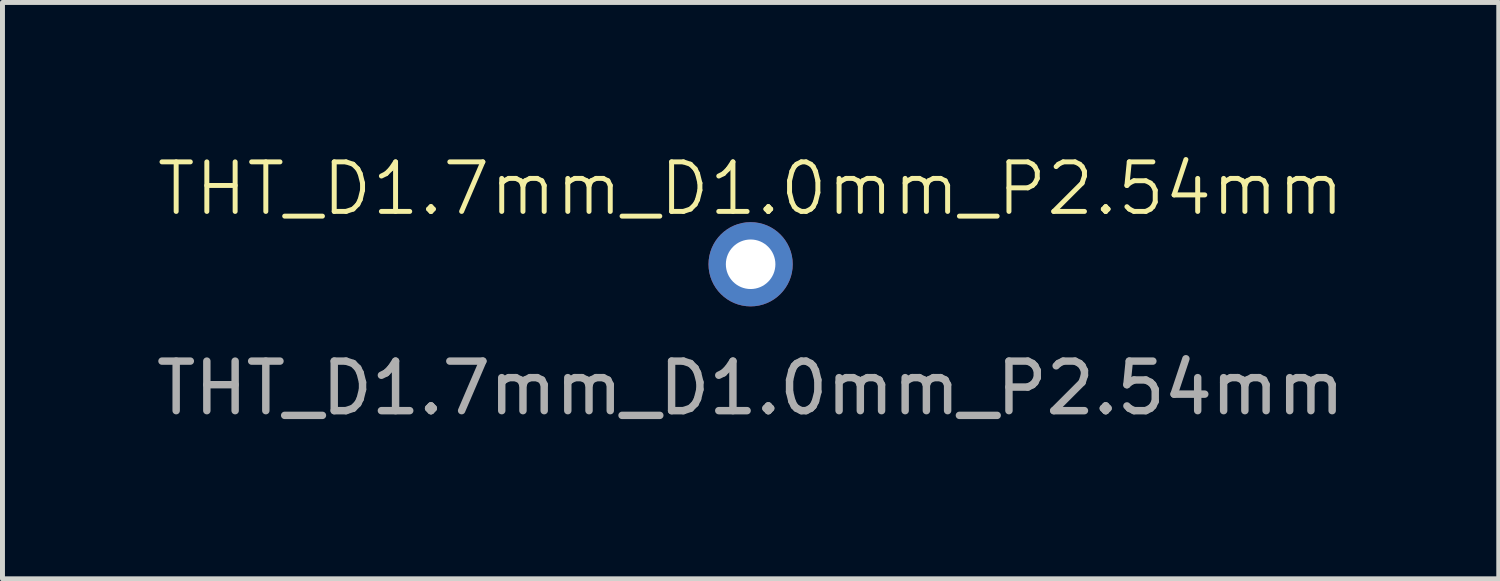
<source format=kicad_pcb>
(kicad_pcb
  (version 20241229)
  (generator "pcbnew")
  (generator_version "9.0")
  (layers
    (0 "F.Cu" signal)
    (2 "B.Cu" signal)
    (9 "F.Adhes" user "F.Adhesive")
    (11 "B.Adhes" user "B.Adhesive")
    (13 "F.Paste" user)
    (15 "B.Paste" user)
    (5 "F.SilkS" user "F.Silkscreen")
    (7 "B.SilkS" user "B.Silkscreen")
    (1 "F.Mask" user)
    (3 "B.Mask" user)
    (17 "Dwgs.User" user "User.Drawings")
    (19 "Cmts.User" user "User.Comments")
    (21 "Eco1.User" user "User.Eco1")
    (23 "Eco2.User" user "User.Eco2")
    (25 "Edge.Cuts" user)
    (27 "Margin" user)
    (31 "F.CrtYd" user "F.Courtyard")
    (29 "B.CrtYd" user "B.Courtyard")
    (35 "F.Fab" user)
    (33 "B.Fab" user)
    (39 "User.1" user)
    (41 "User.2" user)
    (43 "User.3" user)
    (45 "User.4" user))
  (footprint "THT_D1.7mm_D1.0mm_P2.54mm"
    (layer "F.Cu")
    (at 12.101 2.284)
    (property "Reference" "THT_D1.7mm_D1.0mm_P2.54mm" (at 0 -1.524 0) (unlocked yes) (layer "F.SilkS") (effects (font (size 1 1) (thickness 0.1))))
    (attr through_hole)
    (fp_text user "${REFERENCE}" (at 0 2.5 0) (unlocked yes) (layer "F.Fab") (effects (font (size 1 1) (thickness 0.15))))
    (pad "1" thru_hole circle (at 0 0) (size 1.7 1.7) (drill 1) (layers "*.Cu" "*.Mask")))
  (gr_rect
    (start -3 -3)
    (end 27.202 8.633)
    (stroke (width 0.1) (type default))
    (fill no)
    (layer "Edge.Cuts")))
</source>
